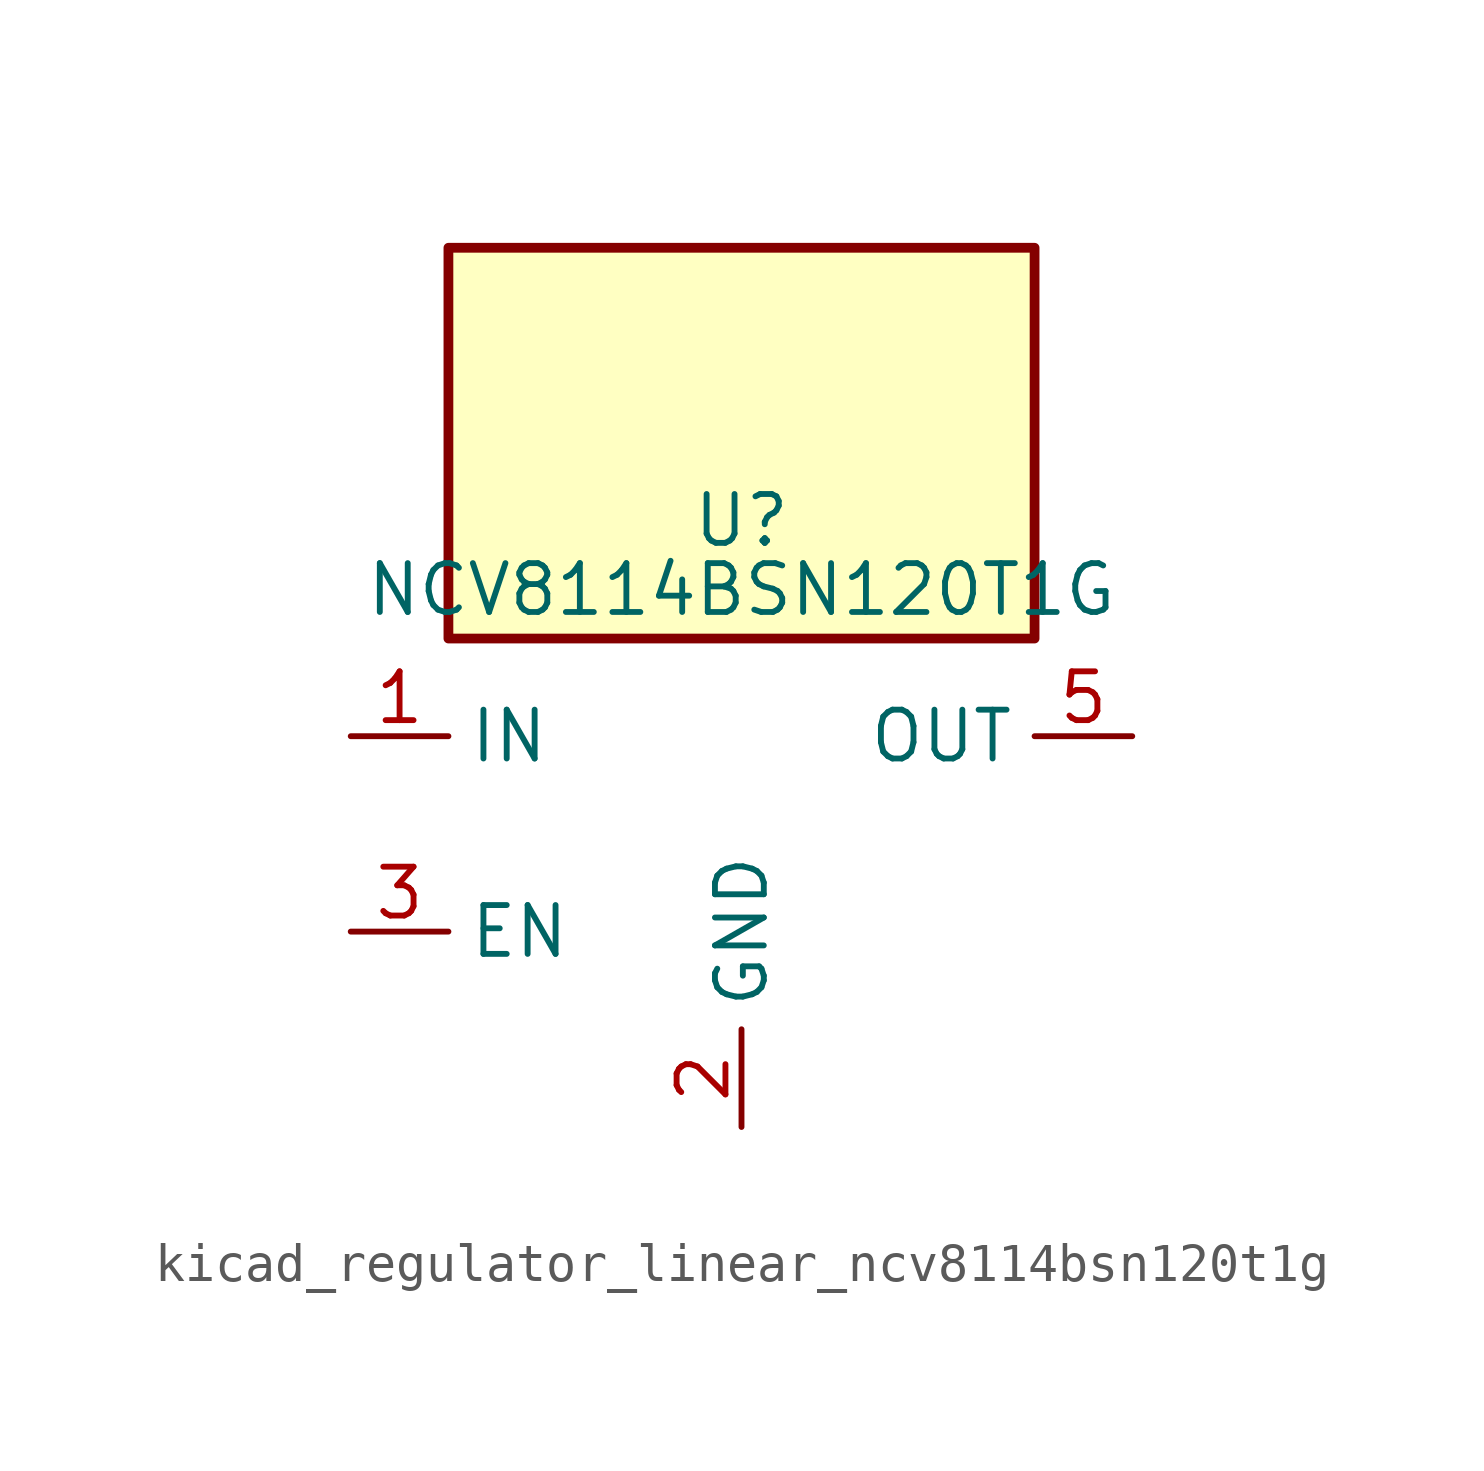
<source format=kicad_sym>
(kicad_symbol_lib
  (version 20220914)
  (generator kicad_symbol_editor)
  (symbol "kicad_regulator_linear_ncv8114bsn120t1g"
    (property "Reference" "U"
      (at 0 8.89 0)
      (effects (font (size 1.27 1.27)) (justify top)))
    (property "Value" "NCV8114BSN120T1G"
      (at 0 6.35 0)
      (effects (font (size 1.27 1.27))))
    (symbol "kicad_regulator_linear_ncv8114bsn120t1g_0_1"
      (rectangle (start 7.62 15.24) (end -7.62 5.08) (stroke (width 0.254) (type default)) (fill (type background))))
    (symbol "kicad_regulator_linear_ncv8114bsn120t1g_1_1"
      (pin power_in line (at -10.16 2.54 0) (length 2.54) (name "IN" (effects (font (size 1.27 1.27)))) (number "1" (effects (font (size 1.27 1.27)))))
      (pin power_in line (at 0 -7.62 90) (length 2.54) (name "GND" (effects (font (size 1.27 1.27)))) (number "2" (effects (font (size 1.27 1.27)))))
      (pin input line (at -10.16 -2.54 0) (length 2.54) (name "EN" (effects (font (size 1.27 1.27)))) (number "3" (effects (font (size 1.27 1.27)))))
      (pin no_connect line (at 7.62 -2.54 180) (length 2.54) hide (name "NC" (effects (font (size 1.27 1.27)))) (number "4" (effects (font (size 1.27 1.27)))))
      (pin power_out line (at 10.16 2.54 180) (length 2.54) (name "OUT" (effects (font (size 1.27 1.27)))) (number "5" (effects (font (size 1.27 1.27))))))))
</source>
